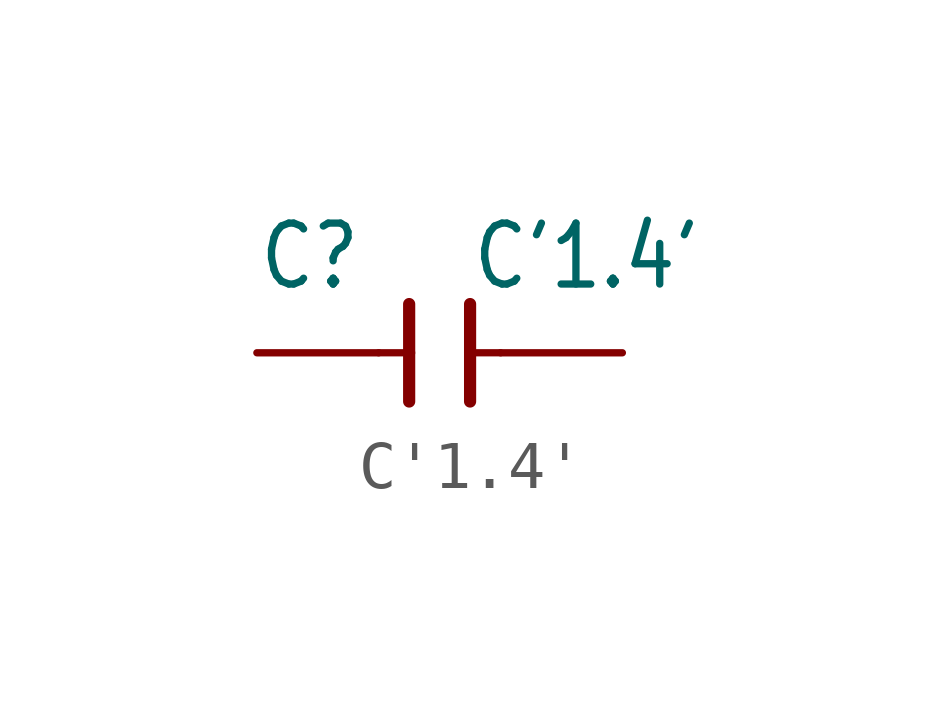
<source format=kicad_sym>
(kicad_symbol_lib
  (version 20211014)
  (generator kicad_symbol_editor)
  (symbol "C'1.4'"
    (property "Reference" "C"
      (at -3.81 1.27 0)
      (effects (font (size 1.27 1.079)) (justify left bottom)))
    (property "Value" "C'1.4'"
      (at 0.635 1.27 0)
      (effects (font (size 1.27 1.079)) (justify left bottom)))
    (property "ki_locked" ""
      (at 0 0 0)
      (effects (font (size 1.27 1.27))))
    (symbol "C'1.4'_1_0"
      (polyline (pts (xy -1.27 0) (xy -0.635 0)) (stroke (width 0.152) (type default) (color 0 0 0 0)) (fill (type none)))
      (polyline (pts (xy -0.635 -1.016) (xy -0.635 0)) (stroke (width 0.254) (type default) (color 0 0 0 0)) (fill (type none)))
      (polyline (pts (xy -0.635 0) (xy -0.635 1.016)) (stroke (width 0.254) (type default) (color 0 0 0 0)) (fill (type none)))
      (polyline (pts (xy 0.635 0) (xy 0.635 -1.016)) (stroke (width 0.254) (type default) (color 0 0 0 0)) (fill (type none)))
      (polyline (pts (xy 0.635 0) (xy 1.27 0)) (stroke (width 0.152) (type default) (color 0 0 0 0)) (fill (type none)))
      (polyline (pts (xy 0.635 1.016) (xy 0.635 0)) (stroke (width 0.254) (type default) (color 0 0 0 0)) (fill (type none)))
      (pin passive line (at -3.81 0 0) (length 2.54) (name "1" (effects (font (size 0 0)))) (number "1" (effects (font (size 0 0)))))
      (pin passive line (at 3.81 0 180) (length 2.54) (name "2" (effects (font (size 0 0)))) (number "2" (effects (font (size 0 0))))))))
</source>
